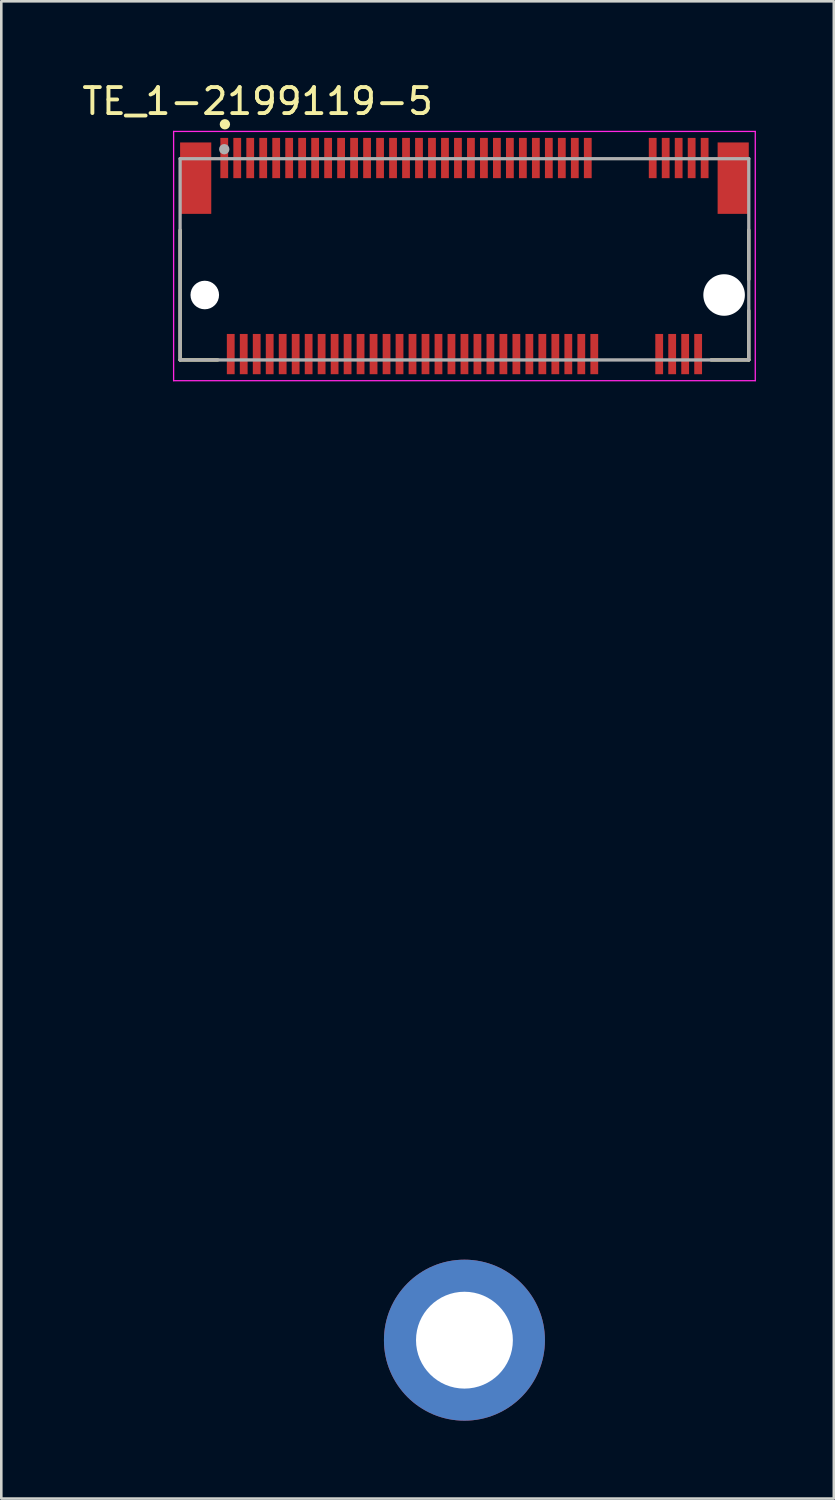
<source format=kicad_pcb>
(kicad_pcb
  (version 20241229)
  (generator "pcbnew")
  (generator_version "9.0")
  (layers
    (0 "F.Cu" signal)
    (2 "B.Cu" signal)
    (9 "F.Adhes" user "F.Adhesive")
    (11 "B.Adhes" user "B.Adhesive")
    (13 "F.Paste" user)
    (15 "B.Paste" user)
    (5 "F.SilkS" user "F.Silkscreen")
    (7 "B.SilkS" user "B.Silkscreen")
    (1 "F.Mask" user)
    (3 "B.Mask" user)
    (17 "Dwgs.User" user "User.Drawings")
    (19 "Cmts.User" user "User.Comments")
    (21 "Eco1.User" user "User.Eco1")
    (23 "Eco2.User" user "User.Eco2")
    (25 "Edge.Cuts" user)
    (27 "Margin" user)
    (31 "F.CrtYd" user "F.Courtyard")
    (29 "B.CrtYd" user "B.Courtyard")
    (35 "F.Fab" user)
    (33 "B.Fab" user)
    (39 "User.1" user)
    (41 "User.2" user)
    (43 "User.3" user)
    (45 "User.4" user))
  (footprint "TE_1-2199119-5"
    (layer "F.Cu")
    (at 14.836 6.561)
    (property "Reference" "TE_1-2199119-5" (at -7.965 -5.712 0) (layer "F.SilkS") (effects (font (size 1.001 1.001) (thickness 0.15))))
    (attr smd)
    (fp_line (start -10.95 -0.75) (end -10.95 4.25) (stroke (width 0.127) (type solid)) (layer "F.SilkS"))
    (fp_line (start -10.95 4.25) (end -9.5 4.25) (stroke (width 0.127) (type solid)) (layer "F.SilkS"))
    (fp_line (start 9.5 4.25) (end 10.95 4.25) (stroke (width 0.127) (type solid)) (layer "F.SilkS"))
    (fp_line (start 10.95 1.15) (end 10.95 -0.75) (stroke (width 0.127) (type solid)) (layer "F.SilkS"))
    (fp_line (start 10.95 4.25) (end 10.95 2.35) (stroke (width 0.127) (type solid)) (layer "F.SilkS"))
    (fp_circle (center -9.225 -4.825) (end -9.125 -4.825) (stroke (width 0.2) (type solid)) (fill no) (layer "F.SilkS"))
    (fp_line (start -11.2 -4.55) (end 11.2 -4.55) (stroke (width 0.05) (type solid)) (layer "F.CrtYd"))
    (fp_line (start -11.2 5.05) (end -11.2 -4.55) (stroke (width 0.05) (type solid)) (layer "F.CrtYd"))
    (fp_line (start 11.2 -4.55) (end 11.2 5.05) (stroke (width 0.05) (type solid)) (layer "F.CrtYd"))
    (fp_line (start 11.2 5.05) (end -11.2 5.05) (stroke (width 0.05) (type solid)) (layer "F.CrtYd"))
    (fp_line (start -10.95 -3.5) (end 10.95 -3.5) (stroke (width 0.127) (type solid)) (layer "F.Fab"))
    (fp_line (start -10.95 4.25) (end -10.95 -3.5) (stroke (width 0.127) (type solid)) (layer "F.Fab"))
    (fp_line (start 10.95 -3.5) (end 10.95 4.25) (stroke (width 0.127) (type solid)) (layer "F.Fab"))
    (fp_line (start 10.95 4.25) (end -10.95 4.25) (stroke (width 0.127) (type solid)) (layer "F.Fab"))
    (fp_circle (center -9.25 -3.865) (end -9.15 -3.865) (stroke (width 0.2) (type solid)) (fill no) (layer "F.Fab"))
    (pad "" np_thru_hole circle (at -10 1.75) (size 1.1 1.1) (drill 1.1) (layers "*.Cu" "*.Mask"))
    (pad "" np_thru_hole circle (at 10 1.75) (size 1.6 1.6) (drill 1.6) (layers "*.Cu" "*.Mask"))
    (pad "1" smd rect (at -9.25 -3.525) (size 0.3 1.55) (layers "F.Cu" "F.Mask" "F.Paste"))
    (pad "2" smd rect (at -9 4.025) (size 0.3 1.55) (layers "F.Cu" "F.Mask" "F.Paste"))
    (pad "3" smd rect (at -8.75 -3.525) (size 0.3 1.55) (layers "F.Cu" "F.Mask" "F.Paste"))
    (pad "4" smd rect (at -8.5 4.025) (size 0.3 1.55) (layers "F.Cu" "F.Mask" "F.Paste"))
    (pad "5" smd rect (at -8.25 -3.525) (size 0.3 1.55) (layers "F.Cu" "F.Mask" "F.Paste"))
    (pad "6" smd rect (at -8 4.025) (size 0.3 1.55) (layers "F.Cu" "F.Mask" "F.Paste"))
    (pad "7" smd rect (at -7.75 -3.525) (size 0.3 1.55) (layers "F.Cu" "F.Mask" "F.Paste"))
    (pad "8" smd rect (at -7.5 4.025) (size 0.3 1.55) (layers "F.Cu" "F.Mask" "F.Paste"))
    (pad "9" smd rect (at -7.25 -3.525) (size 0.3 1.55) (layers "F.Cu" "F.Mask" "F.Paste"))
    (pad "10" smd rect (at -7 4.025) (size 0.3 1.55) (layers "F.Cu" "F.Mask" "F.Paste"))
    (pad "11" smd rect (at -6.75 -3.525) (size 0.3 1.55) (layers "F.Cu" "F.Mask" "F.Paste"))
    (pad "12" smd rect (at -6.5 4.025) (size 0.3 1.55) (layers "F.Cu" "F.Mask" "F.Paste"))
    (pad "13" smd rect (at -6.25 -3.525) (size 0.3 1.55) (layers "F.Cu" "F.Mask" "F.Paste"))
    (pad "14" smd rect (at -6 4.025) (size 0.3 1.55) (layers "F.Cu" "F.Mask" "F.Paste"))
    (pad "15" smd rect (at -5.75 -3.525) (size 0.3 1.55) (layers "F.Cu" "F.Mask" "F.Paste"))
    (pad "16" smd rect (at -5.5 4.025) (size 0.3 1.55) (layers "F.Cu" "F.Mask" "F.Paste"))
    (pad "17" smd rect (at -5.25 -3.525) (size 0.3 1.55) (layers "F.Cu" "F.Mask" "F.Paste"))
    (pad "18" smd rect (at -5 4.025) (size 0.3 1.55) (layers "F.Cu" "F.Mask" "F.Paste"))
    (pad "19" smd rect (at -4.75 -3.525) (size 0.3 1.55) (layers "F.Cu" "F.Mask" "F.Paste"))
    (pad "20" smd rect (at -4.5 4.025) (size 0.3 1.55) (layers "F.Cu" "F.Mask" "F.Paste"))
    (pad "21" smd rect (at -4.25 -3.525) (size 0.3 1.55) (layers "F.Cu" "F.Mask" "F.Paste"))
    (pad "22" smd rect (at -4 4.025) (size 0.3 1.55) (layers "F.Cu" "F.Mask" "F.Paste"))
    (pad "23" smd rect (at -3.75 -3.525) (size 0.3 1.55) (layers "F.Cu" "F.Mask" "F.Paste"))
    (pad "24" smd rect (at -3.5 4.025) (size 0.3 1.55) (layers "F.Cu" "F.Mask" "F.Paste"))
    (pad "25" smd rect (at -3.25 -3.525) (size 0.3 1.55) (layers "F.Cu" "F.Mask" "F.Paste"))
    (pad "26" smd rect (at -3 4.025) (size 0.3 1.55) (layers "F.Cu" "F.Mask" "F.Paste"))
    (pad "27" smd rect (at -2.75 -3.525) (size 0.3 1.55) (layers "F.Cu" "F.Mask" "F.Paste"))
    (pad "28" smd rect (at -2.5 4.025) (size 0.3 1.55) (layers "F.Cu" "F.Mask" "F.Paste"))
    (pad "29" smd rect (at -2.25 -3.525) (size 0.3 1.55) (layers "F.Cu" "F.Mask" "F.Paste"))
    (pad "30" smd rect (at -2 4.025) (size 0.3 1.55) (layers "F.Cu" "F.Mask" "F.Paste"))
    (pad "31" smd rect (at -1.75 -3.525) (size 0.3 1.55) (layers "F.Cu" "F.Mask" "F.Paste"))
    (pad "32" smd rect (at -1.5 4.025) (size 0.3 1.55) (layers "F.Cu" "F.Mask" "F.Paste"))
    (pad "33" smd rect (at -1.25 -3.525) (size 0.3 1.55) (layers "F.Cu" "F.Mask" "F.Paste"))
    (pad "34" smd rect (at -1 4.025) (size 0.3 1.55) (layers "F.Cu" "F.Mask" "F.Paste"))
    (pad "35" smd rect (at -0.75 -3.525) (size 0.3 1.55) (layers "F.Cu" "F.Mask" "F.Paste"))
    (pad "36" smd rect (at -0.5 4.025) (size 0.3 1.55) (layers "F.Cu" "F.Mask" "F.Paste"))
    (pad "37" smd rect (at -0.25 -3.525) (size 0.3 1.55) (layers "F.Cu" "F.Mask" "F.Paste"))
    (pad "38" smd rect (at 0 4.025) (size 0.3 1.55) (layers "F.Cu" "F.Mask" "F.Paste"))
    (pad "39" smd rect (at 0.25 -3.525) (size 0.3 1.55) (layers "F.Cu" "F.Mask" "F.Paste"))
    (pad "40" smd rect (at 0.5 4.025) (size 0.3 1.55) (layers "F.Cu" "F.Mask" "F.Paste"))
    (pad "41" smd rect (at 0.75 -3.525) (size 0.3 1.55) (layers "F.Cu" "F.Mask" "F.Paste"))
    (pad "42" smd rect (at 1 4.025) (size 0.3 1.55) (layers "F.Cu" "F.Mask" "F.Paste"))
    (pad "43" smd rect (at 1.25 -3.525) (size 0.3 1.55) (layers "F.Cu" "F.Mask" "F.Paste"))
    (pad "44" smd rect (at 1.5 4.025) (size 0.3 1.55) (layers "F.Cu" "F.Mask" "F.Paste"))
    (pad "45" smd rect (at 1.75 -3.525) (size 0.3 1.55) (layers "F.Cu" "F.Mask" "F.Paste"))
    (pad "46" smd rect (at 2 4.025) (size 0.3 1.55) (layers "F.Cu" "F.Mask" "F.Paste"))
    (pad "47" smd rect (at 2.25 -3.525) (size 0.3 1.55) (layers "F.Cu" "F.Mask" "F.Paste"))
    (pad "48" smd rect (at 2.5 4.025) (size 0.3 1.55) (layers "F.Cu" "F.Mask" "F.Paste"))
    (pad "49" smd rect (at 2.75 -3.525) (size 0.3 1.55) (layers "F.Cu" "F.Mask" "F.Paste"))
    (pad "50" smd rect (at 3 4.025) (size 0.3 1.55) (layers "F.Cu" "F.Mask" "F.Paste"))
    (pad "51" smd rect (at 3.25 -3.525) (size 0.3 1.55) (layers "F.Cu" "F.Mask" "F.Paste"))
    (pad "52" smd rect (at 3.5 4.025) (size 0.3 1.55) (layers "F.Cu" "F.Mask" "F.Paste"))
    (pad "53" smd rect (at 3.75 -3.525) (size 0.3 1.55) (layers "F.Cu" "F.Mask" "F.Paste"))
    (pad "54" smd rect (at 4 4.025) (size 0.3 1.55) (layers "F.Cu" "F.Mask" "F.Paste"))
    (pad "55" smd rect (at 4.25 -3.525) (size 0.3 1.55) (layers "F.Cu" "F.Mask" "F.Paste"))
    (pad "56" smd rect (at 4.5 4.025) (size 0.3 1.55) (layers "F.Cu" "F.Mask" "F.Paste"))
    (pad "57" smd rect (at 4.75 -3.525) (size 0.3 1.55) (layers "F.Cu" "F.Mask" "F.Paste"))
    (pad "58" smd rect (at 5 4.025) (size 0.3 1.55) (layers "F.Cu" "F.Mask" "F.Paste"))
    (pad "67" smd rect (at 7.25 -3.525) (size 0.3 1.55) (layers "F.Cu" "F.Mask" "F.Paste"))
    (pad "68" smd rect (at 7.5 4.025) (size 0.3 1.55) (layers "F.Cu" "F.Mask" "F.Paste"))
    (pad "69" smd rect (at 7.75 -3.525) (size 0.3 1.55) (layers "F.Cu" "F.Mask" "F.Paste"))
    (pad "70" smd rect (at 8 4.025) (size 0.3 1.55) (layers "F.Cu" "F.Mask" "F.Paste"))
    (pad "71" smd rect (at 8.25 -3.525) (size 0.3 1.55) (layers "F.Cu" "F.Mask" "F.Paste"))
    (pad "72" smd rect (at 8.5 4.025) (size 0.3 1.55) (layers "F.Cu" "F.Mask" "F.Paste"))
    (pad "73" smd rect (at 8.75 -3.525) (size 0.3 1.55) (layers "F.Cu" "F.Mask" "F.Paste"))
    (pad "74" smd rect (at 9 4.025) (size 0.3 1.55) (layers "F.Cu" "F.Mask" "F.Paste"))
    (pad "75" smd rect (at 9.25 -3.525) (size 0.3 1.55) (layers "F.Cu" "F.Mask" "F.Paste"))
    (pad "GND" thru_hole circle (at 0 42) (size 6.2 6.2) (drill 3.73) (layers "*.Cu" "*.Mask"))
    (pad "SH1" smd rect (at -10.35 -2.75) (size 1.2 2.75) (layers "F.Cu" "F.Mask" "F.Paste"))
    (pad "SH2" smd rect (at 10.35 -2.75) (size 1.2 2.75) (layers "F.Cu" "F.Mask" "F.Paste")))
  (gr_rect
    (start -3 -3)
    (end 29.061 54.661)
    (stroke (width 0.1) (type default))
    (fill no)
    (layer "Edge.Cuts")))
</source>
